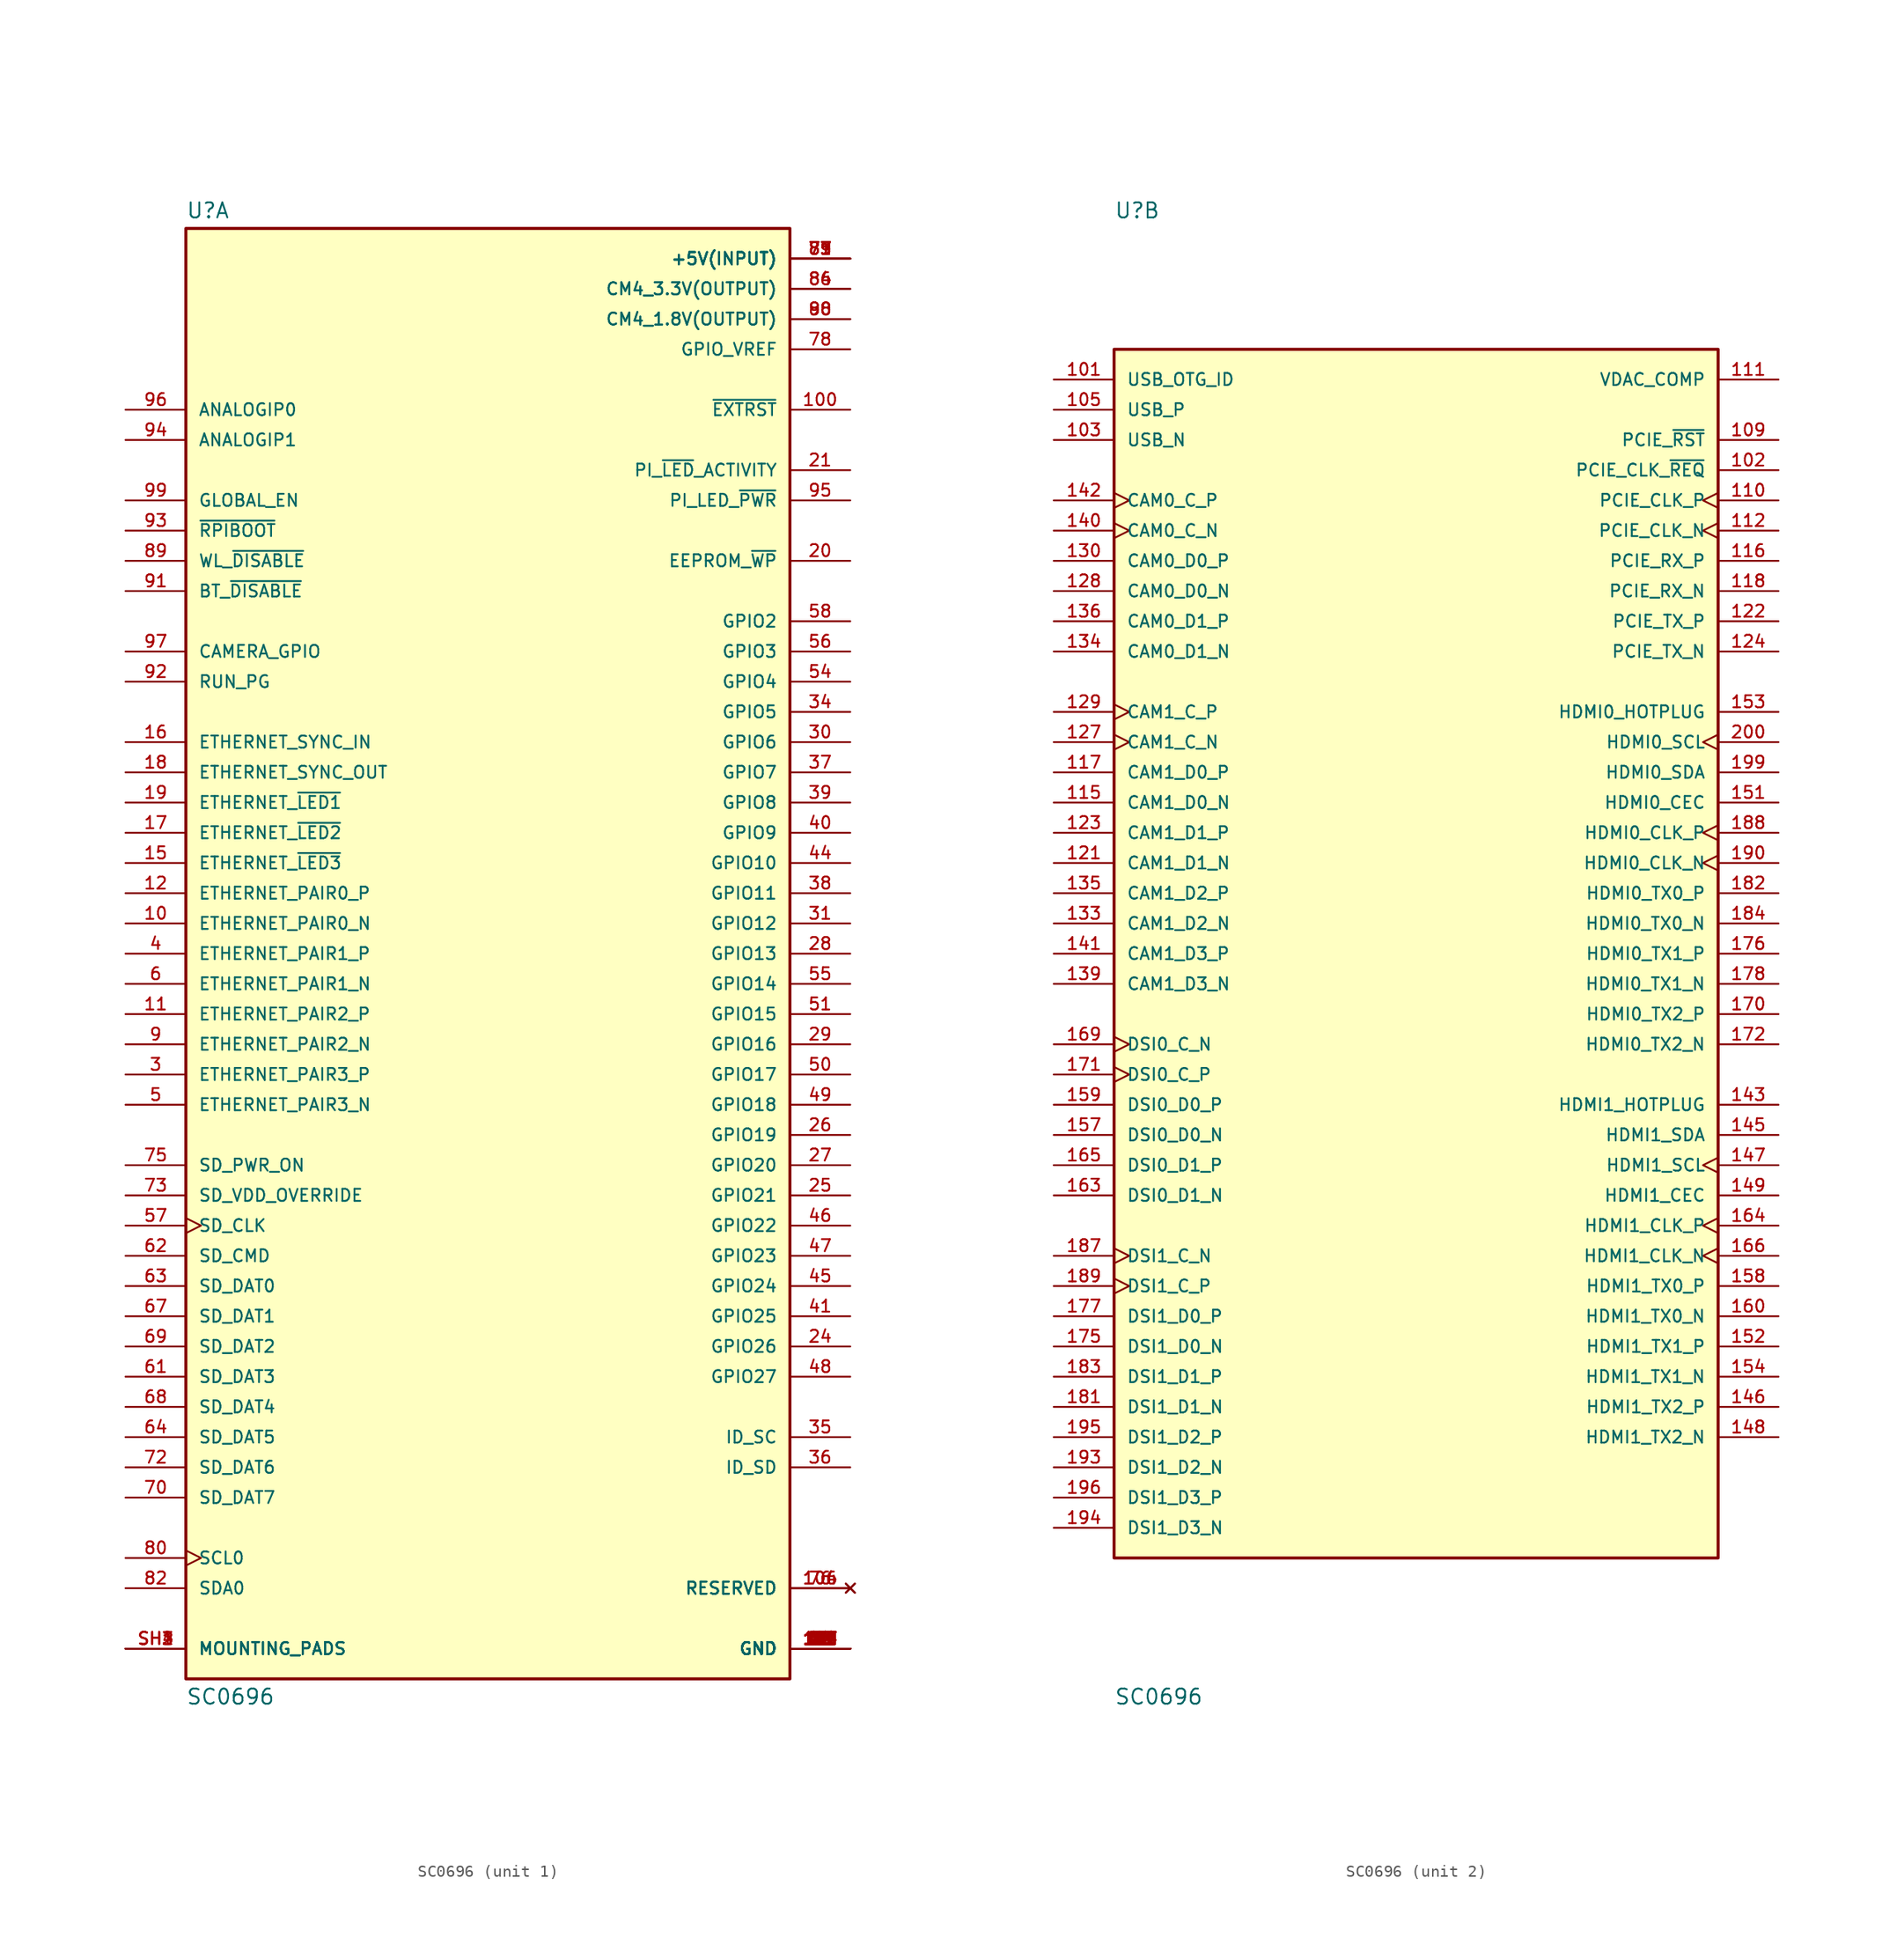
<source format=kicad_sym>
(kicad_symbol_lib
  (version 20211014)
  (generator kicad_symbol_editor)
  (symbol "SC0696"
    (pin_names
      (offset 1.016))
    (property "Reference" "U"
      (at -25.4 61.722 0)
      (effects (font (size 1.27 1.27)) (justify bottom left)))
    (property "Value" "SC0696"
      (at -25.4 -61.722 0)
      (effects (font (size 1.27 1.27)) (justify top left)))
    (symbol "SC0696_1_0"
      (rectangle (start -25.4 -60.96) (end 25.4 60.96) (stroke (width 0.254)) (fill (type background)))
      (pin power_in line (at 30.48 -58.42 180.0) (length 5.08) (name "GND" (effects (font (size 1.016 1.016)))) (number "1" (effects (font (size 1.016 1.016)))))
      (pin power_in line (at 30.48 -58.42 180.0) (length 5.08) (name "GND" (effects (font (size 1.016 1.016)))) (number "2" (effects (font (size 1.016 1.016)))))
      (pin power_in line (at 30.48 -58.42 180.0) (length 5.08) (name "GND" (effects (font (size 1.016 1.016)))) (number "7" (effects (font (size 1.016 1.016)))))
      (pin power_in line (at 30.48 -58.42 180.0) (length 5.08) (name "GND" (effects (font (size 1.016 1.016)))) (number "8" (effects (font (size 1.016 1.016)))))
      (pin power_in line (at 30.48 -58.42 180.0) (length 5.08) (name "GND" (effects (font (size 1.016 1.016)))) (number "13" (effects (font (size 1.016 1.016)))))
      (pin power_in line (at 30.48 -58.42 180.0) (length 5.08) (name "GND" (effects (font (size 1.016 1.016)))) (number "14" (effects (font (size 1.016 1.016)))))
      (pin power_in line (at 30.48 -58.42 180.0) (length 5.08) (name "GND" (effects (font (size 1.016 1.016)))) (number "22" (effects (font (size 1.016 1.016)))))
      (pin power_in line (at 30.48 -58.42 180.0) (length 5.08) (name "GND" (effects (font (size 1.016 1.016)))) (number "23" (effects (font (size 1.016 1.016)))))
      (pin power_in line (at 30.48 -58.42 180.0) (length 5.08) (name "GND" (effects (font (size 1.016 1.016)))) (number "32" (effects (font (size 1.016 1.016)))))
      (pin power_in line (at 30.48 -58.42 180.0) (length 5.08) (name "GND" (effects (font (size 1.016 1.016)))) (number "33" (effects (font (size 1.016 1.016)))))
      (pin power_in line (at 30.48 -58.42 180.0) (length 5.08) (name "GND" (effects (font (size 1.016 1.016)))) (number "42" (effects (font (size 1.016 1.016)))))
      (pin power_in line (at 30.48 -58.42 180.0) (length 5.08) (name "GND" (effects (font (size 1.016 1.016)))) (number "43" (effects (font (size 1.016 1.016)))))
      (pin power_in line (at 30.48 -58.42 180.0) (length 5.08) (name "GND" (effects (font (size 1.016 1.016)))) (number "52" (effects (font (size 1.016 1.016)))))
      (pin power_in line (at 30.48 -58.42 180.0) (length 5.08) (name "GND" (effects (font (size 1.016 1.016)))) (number "53" (effects (font (size 1.016 1.016)))))
      (pin power_in line (at 30.48 -58.42 180.0) (length 5.08) (name "GND" (effects (font (size 1.016 1.016)))) (number "59" (effects (font (size 1.016 1.016)))))
      (pin power_in line (at 30.48 -58.42 180.0) (length 5.08) (name "GND" (effects (font (size 1.016 1.016)))) (number "60" (effects (font (size 1.016 1.016)))))
      (pin power_in line (at 30.48 -58.42 180.0) (length 5.08) (name "GND" (effects (font (size 1.016 1.016)))) (number "65" (effects (font (size 1.016 1.016)))))
      (pin power_in line (at 30.48 -58.42 180.0) (length 5.08) (name "GND" (effects (font (size 1.016 1.016)))) (number "66" (effects (font (size 1.016 1.016)))))
      (pin power_in line (at 30.48 -58.42 180.0) (length 5.08) (name "GND" (effects (font (size 1.016 1.016)))) (number "71" (effects (font (size 1.016 1.016)))))
      (pin power_in line (at 30.48 -58.42 180.0) (length 5.08) (name "GND" (effects (font (size 1.016 1.016)))) (number "74" (effects (font (size 1.016 1.016)))))
      (pin power_in line (at 30.48 -58.42 180.0) (length 5.08) (name "GND" (effects (font (size 1.016 1.016)))) (number "98" (effects (font (size 1.016 1.016)))))
      (pin power_in line (at 30.48 -58.42 180.0) (length 5.08) (name "GND" (effects (font (size 1.016 1.016)))) (number "107" (effects (font (size 1.016 1.016)))))
      (pin power_in line (at 30.48 -58.42 180.0) (length 5.08) (name "GND" (effects (font (size 1.016 1.016)))) (number "108" (effects (font (size 1.016 1.016)))))
      (pin power_in line (at 30.48 -58.42 180.0) (length 5.08) (name "GND" (effects (font (size 1.016 1.016)))) (number "113" (effects (font (size 1.016 1.016)))))
      (pin power_in line (at 30.48 -58.42 180.0) (length 5.08) (name "GND" (effects (font (size 1.016 1.016)))) (number "114" (effects (font (size 1.016 1.016)))))
      (pin power_in line (at 30.48 -58.42 180.0) (length 5.08) (name "GND" (effects (font (size 1.016 1.016)))) (number "119" (effects (font (size 1.016 1.016)))))
      (pin power_in line (at 30.48 -58.42 180.0) (length 5.08) (name "GND" (effects (font (size 1.016 1.016)))) (number "120" (effects (font (size 1.016 1.016)))))
      (pin power_in line (at 30.48 -58.42 180.0) (length 5.08) (name "GND" (effects (font (size 1.016 1.016)))) (number "125" (effects (font (size 1.016 1.016)))))
      (pin power_in line (at 30.48 -58.42 180.0) (length 5.08) (name "GND" (effects (font (size 1.016 1.016)))) (number "126" (effects (font (size 1.016 1.016)))))
      (pin power_in line (at 30.48 -58.42 180.0) (length 5.08) (name "GND" (effects (font (size 1.016 1.016)))) (number "131" (effects (font (size 1.016 1.016)))))
      (pin power_in line (at 30.48 -58.42 180.0) (length 5.08) (name "GND" (effects (font (size 1.016 1.016)))) (number "132" (effects (font (size 1.016 1.016)))))
      (pin power_in line (at 30.48 -58.42 180.0) (length 5.08) (name "GND" (effects (font (size 1.016 1.016)))) (number "137" (effects (font (size 1.016 1.016)))))
      (pin power_in line (at 30.48 -58.42 180.0) (length 5.08) (name "GND" (effects (font (size 1.016 1.016)))) (number "138" (effects (font (size 1.016 1.016)))))
      (pin power_in line (at 30.48 -58.42 180.0) (length 5.08) (name "GND" (effects (font (size 1.016 1.016)))) (number "144" (effects (font (size 1.016 1.016)))))
      (pin power_in line (at 30.48 -58.42 180.0) (length 5.08) (name "GND" (effects (font (size 1.016 1.016)))) (number "150" (effects (font (size 1.016 1.016)))))
      (pin power_in line (at 30.48 -58.42 180.0) (length 5.08) (name "GND" (effects (font (size 1.016 1.016)))) (number "155" (effects (font (size 1.016 1.016)))))
      (pin power_in line (at 30.48 -58.42 180.0) (length 5.08) (name "GND" (effects (font (size 1.016 1.016)))) (number "156" (effects (font (size 1.016 1.016)))))
      (pin power_in line (at 30.48 -58.42 180.0) (length 5.08) (name "GND" (effects (font (size 1.016 1.016)))) (number "161" (effects (font (size 1.016 1.016)))))
      (pin power_in line (at 30.48 -58.42 180.0) (length 5.08) (name "GND" (effects (font (size 1.016 1.016)))) (number "162" (effects (font (size 1.016 1.016)))))
      (pin power_in line (at 30.48 -58.42 180.0) (length 5.08) (name "GND" (effects (font (size 1.016 1.016)))) (number "167" (effects (font (size 1.016 1.016)))))
      (pin power_in line (at 30.48 -58.42 180.0) (length 5.08) (name "GND" (effects (font (size 1.016 1.016)))) (number "168" (effects (font (size 1.016 1.016)))))
      (pin power_in line (at 30.48 -58.42 180.0) (length 5.08) (name "GND" (effects (font (size 1.016 1.016)))) (number "173" (effects (font (size 1.016 1.016)))))
      (pin power_in line (at 30.48 -58.42 180.0) (length 5.08) (name "GND" (effects (font (size 1.016 1.016)))) (number "174" (effects (font (size 1.016 1.016)))))
      (pin power_in line (at 30.48 -58.42 180.0) (length 5.08) (name "GND" (effects (font (size 1.016 1.016)))) (number "179" (effects (font (size 1.016 1.016)))))
      (pin power_in line (at 30.48 -58.42 180.0) (length 5.08) (name "GND" (effects (font (size 1.016 1.016)))) (number "180" (effects (font (size 1.016 1.016)))))
      (pin power_in line (at 30.48 -58.42 180.0) (length 5.08) (name "GND" (effects (font (size 1.016 1.016)))) (number "185" (effects (font (size 1.016 1.016)))))
      (pin power_in line (at 30.48 -58.42 180.0) (length 5.08) (name "GND" (effects (font (size 1.016 1.016)))) (number "186" (effects (font (size 1.016 1.016)))))
      (pin power_in line (at 30.48 -58.42 180.0) (length 5.08) (name "GND" (effects (font (size 1.016 1.016)))) (number "191" (effects (font (size 1.016 1.016)))))
      (pin power_in line (at 30.48 -58.42 180.0) (length 5.08) (name "GND" (effects (font (size 1.016 1.016)))) (number "192" (effects (font (size 1.016 1.016)))))
      (pin power_in line (at 30.48 -58.42 180.0) (length 5.08) (name "GND" (effects (font (size 1.016 1.016)))) (number "197" (effects (font (size 1.016 1.016)))))
      (pin power_in line (at 30.48 -58.42 180.0) (length 5.08) (name "GND" (effects (font (size 1.016 1.016)))) (number "198" (effects (font (size 1.016 1.016)))))
      (pin bidirectional line (at -30.48 -10.16 0) (length 5.08) (name "ETHERNET_PAIR3_P" (effects (font (size 1.016 1.016)))) (number "3" (effects (font (size 1.016 1.016)))))
      (pin bidirectional line (at -30.48 0.0 0) (length 5.08) (name "ETHERNET_PAIR1_P" (effects (font (size 1.016 1.016)))) (number "4" (effects (font (size 1.016 1.016)))))
      (pin bidirectional line (at -30.48 -12.7 0) (length 5.08) (name "ETHERNET_PAIR3_N" (effects (font (size 1.016 1.016)))) (number "5" (effects (font (size 1.016 1.016)))))
      (pin bidirectional line (at -30.48 -2.54 0) (length 5.08) (name "ETHERNET_PAIR1_N" (effects (font (size 1.016 1.016)))) (number "6" (effects (font (size 1.016 1.016)))))
      (pin bidirectional line (at -30.48 -7.62 0) (length 5.08) (name "ETHERNET_PAIR2_N" (effects (font (size 1.016 1.016)))) (number "9" (effects (font (size 1.016 1.016)))))
      (pin bidirectional line (at -30.48 2.54 0) (length 5.08) (name "ETHERNET_PAIR0_N" (effects (font (size 1.016 1.016)))) (number "10" (effects (font (size 1.016 1.016)))))
      (pin bidirectional line (at -30.48 -5.08 0) (length 5.08) (name "ETHERNET_PAIR2_P" (effects (font (size 1.016 1.016)))) (number "11" (effects (font (size 1.016 1.016)))))
      (pin bidirectional line (at -30.48 5.08 0) (length 5.08) (name "ETHERNET_PAIR0_P" (effects (font (size 1.016 1.016)))) (number "12" (effects (font (size 1.016 1.016)))))
      (pin output line (at -30.48 7.62 0) (length 5.08) (name "ETHERNET_~{LED3}" (effects (font (size 1.016 1.016)))) (number "15" (effects (font (size 1.016 1.016)))))
      (pin input line (at -30.48 17.78 0) (length 5.08) (name "ETHERNET_SYNC_IN" (effects (font (size 1.016 1.016)))) (number "16" (effects (font (size 1.016 1.016)))))
      (pin output line (at -30.48 10.16 0) (length 5.08) (name "ETHERNET_~{LED2}" (effects (font (size 1.016 1.016)))) (number "17" (effects (font (size 1.016 1.016)))))
      (pin output line (at -30.48 15.24 0) (length 5.08) (name "ETHERNET_SYNC_OUT" (effects (font (size 1.016 1.016)))) (number "18" (effects (font (size 1.016 1.016)))))
      (pin output line (at -30.48 12.7 0) (length 5.08) (name "ETHERNET_~{LED1}" (effects (font (size 1.016 1.016)))) (number "19" (effects (font (size 1.016 1.016)))))
      (pin bidirectional line (at 30.48 33.02 180.0) (length 5.08) (name "EEPROM_~{WP}" (effects (font (size 1.016 1.016)))) (number "20" (effects (font (size 1.016 1.016)))))
      (pin bidirectional line (at 30.48 40.64 180.0) (length 5.08) (name "PI_~{LED}_ACTIVITY" (effects (font (size 1.016 1.016)))) (number "21" (effects (font (size 1.016 1.016)))))
      (pin bidirectional line (at 30.48 -33.02 180.0) (length 5.08) (name "GPIO26" (effects (font (size 1.016 1.016)))) (number "24" (effects (font (size 1.016 1.016)))))
      (pin bidirectional line (at 30.48 -20.32 180.0) (length 5.08) (name "GPIO21" (effects (font (size 1.016 1.016)))) (number "25" (effects (font (size 1.016 1.016)))))
      (pin bidirectional line (at 30.48 -15.24 180.0) (length 5.08) (name "GPIO19" (effects (font (size 1.016 1.016)))) (number "26" (effects (font (size 1.016 1.016)))))
      (pin bidirectional line (at 30.48 -17.78 180.0) (length 5.08) (name "GPIO20" (effects (font (size 1.016 1.016)))) (number "27" (effects (font (size 1.016 1.016)))))
      (pin bidirectional line (at 30.48 0.0 180.0) (length 5.08) (name "GPIO13" (effects (font (size 1.016 1.016)))) (number "28" (effects (font (size 1.016 1.016)))))
      (pin bidirectional line (at 30.48 -7.62 180.0) (length 5.08) (name "GPIO16" (effects (font (size 1.016 1.016)))) (number "29" (effects (font (size 1.016 1.016)))))
      (pin bidirectional line (at 30.48 17.78 180.0) (length 5.08) (name "GPIO6" (effects (font (size 1.016 1.016)))) (number "30" (effects (font (size 1.016 1.016)))))
      (pin bidirectional line (at 30.48 2.54 180.0) (length 5.08) (name "GPIO12" (effects (font (size 1.016 1.016)))) (number "31" (effects (font (size 1.016 1.016)))))
      (pin bidirectional line (at 30.48 20.32 180.0) (length 5.08) (name "GPIO5" (effects (font (size 1.016 1.016)))) (number "34" (effects (font (size 1.016 1.016)))))
      (pin bidirectional line (at 30.48 -40.64 180.0) (length 5.08) (name "ID_SC" (effects (font (size 1.016 1.016)))) (number "35" (effects (font (size 1.016 1.016)))))
      (pin bidirectional line (at 30.48 -43.18 180.0) (length 5.08) (name "ID_SD" (effects (font (size 1.016 1.016)))) (number "36" (effects (font (size 1.016 1.016)))))
      (pin bidirectional line (at 30.48 15.24 180.0) (length 5.08) (name "GPIO7" (effects (font (size 1.016 1.016)))) (number "37" (effects (font (size 1.016 1.016)))))
      (pin bidirectional line (at 30.48 5.08 180.0) (length 5.08) (name "GPIO11" (effects (font (size 1.016 1.016)))) (number "38" (effects (font (size 1.016 1.016)))))
      (pin bidirectional line (at 30.48 12.7 180.0) (length 5.08) (name "GPIO8" (effects (font (size 1.016 1.016)))) (number "39" (effects (font (size 1.016 1.016)))))
      (pin bidirectional line (at 30.48 10.16 180.0) (length 5.08) (name "GPIO9" (effects (font (size 1.016 1.016)))) (number "40" (effects (font (size 1.016 1.016)))))
      (pin bidirectional line (at 30.48 -30.48 180.0) (length 5.08) (name "GPIO25" (effects (font (size 1.016 1.016)))) (number "41" (effects (font (size 1.016 1.016)))))
      (pin bidirectional line (at 30.48 7.62 180.0) (length 5.08) (name "GPIO10" (effects (font (size 1.016 1.016)))) (number "44" (effects (font (size 1.016 1.016)))))
      (pin bidirectional line (at 30.48 -27.94 180.0) (length 5.08) (name "GPIO24" (effects (font (size 1.016 1.016)))) (number "45" (effects (font (size 1.016 1.016)))))
      (pin bidirectional line (at 30.48 -25.4 180.0) (length 5.08) (name "GPIO23" (effects (font (size 1.016 1.016)))) (number "47" (effects (font (size 1.016 1.016)))))
      (pin bidirectional line (at 30.48 -22.86 180.0) (length 5.08) (name "GPIO22" (effects (font (size 1.016 1.016)))) (number "46" (effects (font (size 1.016 1.016)))))
      (pin bidirectional line (at 30.48 -35.56 180.0) (length 5.08) (name "GPIO27" (effects (font (size 1.016 1.016)))) (number "48" (effects (font (size 1.016 1.016)))))
      (pin bidirectional line (at 30.48 -12.7 180.0) (length 5.08) (name "GPIO18" (effects (font (size 1.016 1.016)))) (number "49" (effects (font (size 1.016 1.016)))))
      (pin bidirectional line (at 30.48 -10.16 180.0) (length 5.08) (name "GPIO17" (effects (font (size 1.016 1.016)))) (number "50" (effects (font (size 1.016 1.016)))))
      (pin bidirectional line (at 30.48 -5.08 180.0) (length 5.08) (name "GPIO15" (effects (font (size 1.016 1.016)))) (number "51" (effects (font (size 1.016 1.016)))))
      (pin bidirectional line (at 30.48 22.86 180.0) (length 5.08) (name "GPIO4" (effects (font (size 1.016 1.016)))) (number "54" (effects (font (size 1.016 1.016)))))
      (pin bidirectional line (at 30.48 -2.54 180.0) (length 5.08) (name "GPIO14" (effects (font (size 1.016 1.016)))) (number "55" (effects (font (size 1.016 1.016)))))
      (pin bidirectional line (at 30.48 25.4 180.0) (length 5.08) (name "GPIO3" (effects (font (size 1.016 1.016)))) (number "56" (effects (font (size 1.016 1.016)))))
      (pin bidirectional clock (at -30.48 -22.86 0) (length 5.08) (name "SD_CLK" (effects (font (size 1.016 1.016)))) (number "57" (effects (font (size 1.016 1.016)))))
      (pin bidirectional line (at -30.48 -35.56 0) (length 5.08) (name "SD_DAT3" (effects (font (size 1.016 1.016)))) (number "61" (effects (font (size 1.016 1.016)))))
      (pin input line (at -30.48 -25.4 0) (length 5.08) (name "SD_CMD" (effects (font (size 1.016 1.016)))) (number "62" (effects (font (size 1.016 1.016)))))
      (pin bidirectional line (at -30.48 -27.94 0) (length 5.08) (name "SD_DAT0" (effects (font (size 1.016 1.016)))) (number "63" (effects (font (size 1.016 1.016)))))
      (pin bidirectional line (at -30.48 -40.64 0) (length 5.08) (name "SD_DAT5" (effects (font (size 1.016 1.016)))) (number "64" (effects (font (size 1.016 1.016)))))
      (pin bidirectional line (at -30.48 -30.48 0) (length 5.08) (name "SD_DAT1" (effects (font (size 1.016 1.016)))) (number "67" (effects (font (size 1.016 1.016)))))
      (pin bidirectional line (at -30.48 -38.1 0) (length 5.08) (name "SD_DAT4" (effects (font (size 1.016 1.016)))) (number "68" (effects (font (size 1.016 1.016)))))
      (pin bidirectional line (at -30.48 -33.02 0) (length 5.08) (name "SD_DAT2" (effects (font (size 1.016 1.016)))) (number "69" (effects (font (size 1.016 1.016)))))
      (pin bidirectional line (at -30.48 -43.18 0) (length 5.08) (name "SD_DAT6" (effects (font (size 1.016 1.016)))) (number "72" (effects (font (size 1.016 1.016)))))
      (pin bidirectional line (at -30.48 -45.72 0) (length 5.08) (name "SD_DAT7" (effects (font (size 1.016 1.016)))) (number "70" (effects (font (size 1.016 1.016)))))
      (pin input line (at -30.48 -20.32 0) (length 5.08) (name "SD_VDD_OVERRIDE" (effects (font (size 1.016 1.016)))) (number "73" (effects (font (size 1.016 1.016)))))
      (pin output line (at -30.48 -17.78 0) (length 5.08) (name "SD_PWR_ON" (effects (font (size 1.016 1.016)))) (number "75" (effects (font (size 1.016 1.016)))))
      (pin no_connect line (at 30.48 -53.34 180.0) (length 5.08) (name "RESERVED" (effects (font (size 1.016 1.016)))) (number "76" (effects (font (size 1.016 1.016)))))
      (pin no_connect line (at 30.48 -53.34 180.0) (length 5.08) (name "RESERVED" (effects (font (size 1.016 1.016)))) (number "104" (effects (font (size 1.016 1.016)))))
      (pin no_connect line (at 30.48 -53.34 180.0) (length 5.08) (name "RESERVED" (effects (font (size 1.016 1.016)))) (number "106" (effects (font (size 1.016 1.016)))))
      (pin power_in line (at 30.48 58.42 180.0) (length 5.08) (name "+5V(INPUT)" (effects (font (size 1.016 1.016)))) (number "77" (effects (font (size 1.016 1.016)))))
      (pin power_in line (at 30.48 58.42 180.0) (length 5.08) (name "+5V(INPUT)" (effects (font (size 1.016 1.016)))) (number "79" (effects (font (size 1.016 1.016)))))
      (pin power_in line (at 30.48 58.42 180.0) (length 5.08) (name "+5V(INPUT)" (effects (font (size 1.016 1.016)))) (number "81" (effects (font (size 1.016 1.016)))))
      (pin power_in line (at 30.48 58.42 180.0) (length 5.08) (name "+5V(INPUT)" (effects (font (size 1.016 1.016)))) (number "83" (effects (font (size 1.016 1.016)))))
      (pin power_in line (at 30.48 58.42 180.0) (length 5.08) (name "+5V(INPUT)" (effects (font (size 1.016 1.016)))) (number "85" (effects (font (size 1.016 1.016)))))
      (pin power_in line (at 30.48 58.42 180.0) (length 5.08) (name "+5V(INPUT)" (effects (font (size 1.016 1.016)))) (number "87" (effects (font (size 1.016 1.016)))))
      (pin input clock (at -30.48 -50.8 0) (length 5.08) (name "SCL0" (effects (font (size 1.016 1.016)))) (number "80" (effects (font (size 1.016 1.016)))))
      (pin bidirectional line (at -30.48 -53.34 0) (length 5.08) (name "SDA0" (effects (font (size 1.016 1.016)))) (number "82" (effects (font (size 1.016 1.016)))))
      (pin power_in line (at 30.48 55.88 180.0) (length 5.08) (name "CM4_3.3V(OUTPUT)" (effects (font (size 1.016 1.016)))) (number "84" (effects (font (size 1.016 1.016)))))
      (pin power_in line (at 30.48 55.88 180.0) (length 5.08) (name "CM4_3.3V(OUTPUT)" (effects (font (size 1.016 1.016)))) (number "86" (effects (font (size 1.016 1.016)))))
      (pin power_in line (at 30.48 53.34 180.0) (length 5.08) (name "CM4_1.8V(OUTPUT)" (effects (font (size 1.016 1.016)))) (number "88" (effects (font (size 1.016 1.016)))))
      (pin power_in line (at 30.48 53.34 180.0) (length 5.08) (name "CM4_1.8V(OUTPUT)" (effects (font (size 1.016 1.016)))) (number "90" (effects (font (size 1.016 1.016)))))
      (pin input line (at -30.48 33.02 0) (length 5.08) (name "WL_~{DISABLE}" (effects (font (size 1.016 1.016)))) (number "89" (effects (font (size 1.016 1.016)))))
      (pin input line (at -30.48 30.48 0) (length 5.08) (name "BT_~{DISABLE}" (effects (font (size 1.016 1.016)))) (number "91" (effects (font (size 1.016 1.016)))))
      (pin bidirectional line (at -30.48 22.86 0) (length 5.08) (name "RUN_PG" (effects (font (size 1.016 1.016)))) (number "92" (effects (font (size 1.016 1.016)))))
      (pin input line (at -30.48 35.56 0) (length 5.08) (name "~{RPIBOOT}" (effects (font (size 1.016 1.016)))) (number "93" (effects (font (size 1.016 1.016)))))
      (pin input line (at -30.48 43.18 0) (length 5.08) (name "ANALOGIP1" (effects (font (size 1.016 1.016)))) (number "94" (effects (font (size 1.016 1.016)))))
      (pin output line (at 30.48 38.1 180.0) (length 5.08) (name "PI_LED_~{PWR}" (effects (font (size 1.016 1.016)))) (number "95" (effects (font (size 1.016 1.016)))))
      (pin input line (at -30.48 45.72 0) (length 5.08) (name "ANALOGIP0" (effects (font (size 1.016 1.016)))) (number "96" (effects (font (size 1.016 1.016)))))
      (pin bidirectional line (at -30.48 25.4 0) (length 5.08) (name "CAMERA_GPIO" (effects (font (size 1.016 1.016)))) (number "97" (effects (font (size 1.016 1.016)))))
      (pin input line (at -30.48 38.1 0) (length 5.08) (name "GLOBAL_EN" (effects (font (size 1.016 1.016)))) (number "99" (effects (font (size 1.016 1.016)))))
      (pin output line (at 30.48 45.72 180.0) (length 5.08) (name "~{EXTRST}" (effects (font (size 1.016 1.016)))) (number "100" (effects (font (size 1.016 1.016)))))
      (pin bidirectional line (at 30.48 27.94 180.0) (length 5.08) (name "GPIO2" (effects (font (size 1.016 1.016)))) (number "58" (effects (font (size 1.016 1.016)))))
      (pin power_in line (at 30.48 50.8 180.0) (length 5.08) (name "GPIO_VREF" (effects (font (size 1.016 1.016)))) (number "78" (effects (font (size 1.016 1.016)))))
      (pin passive line (at -30.48 -58.42 0) (length 5.08) (name "MOUNTING_PADS" (effects (font (size 1.016 1.016)))) (number "SH1" (effects (font (size 1.016 1.016)))))
      (pin passive line (at -30.48 -58.42 0) (length 5.08) (name "MOUNTING_PADS" (effects (font (size 1.016 1.016)))) (number "SH2" (effects (font (size 1.016 1.016)))))
      (pin passive line (at -30.48 -58.42 0) (length 5.08) (name "MOUNTING_PADS" (effects (font (size 1.016 1.016)))) (number "SH3" (effects (font (size 1.016 1.016)))))
      (pin passive line (at -30.48 -58.42 0) (length 5.08) (name "MOUNTING_PADS" (effects (font (size 1.016 1.016)))) (number "SH4" (effects (font (size 1.016 1.016))))))
    (symbol "SC0696_2_0"
      (rectangle (start -25.4 -50.8) (end 25.4 50.8) (stroke (width 0.254)) (fill (type background)))
      (pin input line (at -30.48 48.26 0) (length 5.08) (name "USB_OTG_ID" (effects (font (size 1.016 1.016)))) (number "101" (effects (font (size 1.016 1.016)))))
      (pin input line (at 30.48 40.64 180.0) (length 5.08) (name "PCIE_CLK_~{REQ}" (effects (font (size 1.016 1.016)))) (number "102" (effects (font (size 1.016 1.016)))))
      (pin bidirectional line (at -30.48 43.18 0) (length 5.08) (name "USB_N" (effects (font (size 1.016 1.016)))) (number "103" (effects (font (size 1.016 1.016)))))
      (pin bidirectional line (at -30.48 45.72 0) (length 5.08) (name "USB_P" (effects (font (size 1.016 1.016)))) (number "105" (effects (font (size 1.016 1.016)))))
      (pin output line (at 30.48 43.18 180.0) (length 5.08) (name "PCIE_~{RST}" (effects (font (size 1.016 1.016)))) (number "109" (effects (font (size 1.016 1.016)))))
      (pin output clock (at 30.48 38.1 180.0) (length 5.08) (name "PCIE_CLK_P" (effects (font (size 1.016 1.016)))) (number "110" (effects (font (size 1.016 1.016)))))
      (pin output line (at 30.48 48.26 180.0) (length 5.08) (name "VDAC_COMP" (effects (font (size 1.016 1.016)))) (number "111" (effects (font (size 1.016 1.016)))))
      (pin output clock (at 30.48 35.56 180.0) (length 5.08) (name "PCIE_CLK_N" (effects (font (size 1.016 1.016)))) (number "112" (effects (font (size 1.016 1.016)))))
      (pin input line (at -30.48 12.7 0) (length 5.08) (name "CAM1_D0_N" (effects (font (size 1.016 1.016)))) (number "115" (effects (font (size 1.016 1.016)))))
      (pin input line (at 30.48 33.02 180.0) (length 5.08) (name "PCIE_RX_P" (effects (font (size 1.016 1.016)))) (number "116" (effects (font (size 1.016 1.016)))))
      (pin input line (at -30.48 15.24 0) (length 5.08) (name "CAM1_D0_P" (effects (font (size 1.016 1.016)))) (number "117" (effects (font (size 1.016 1.016)))))
      (pin input line (at 30.48 30.48 180.0) (length 5.08) (name "PCIE_RX_N" (effects (font (size 1.016 1.016)))) (number "118" (effects (font (size 1.016 1.016)))))
      (pin input line (at -30.48 10.16 0) (length 5.08) (name "CAM1_D1_P" (effects (font (size 1.016 1.016)))) (number "123" (effects (font (size 1.016 1.016)))))
      (pin output line (at 30.48 25.4 180.0) (length 5.08) (name "PCIE_TX_N" (effects (font (size 1.016 1.016)))) (number "124" (effects (font (size 1.016 1.016)))))
      (pin input clock (at -30.48 17.78 0) (length 5.08) (name "CAM1_C_N" (effects (font (size 1.016 1.016)))) (number "127" (effects (font (size 1.016 1.016)))))
      (pin input line (at -30.48 30.48 0) (length 5.08) (name "CAM0_D0_N" (effects (font (size 1.016 1.016)))) (number "128" (effects (font (size 1.016 1.016)))))
      (pin input clock (at -30.48 20.32 0) (length 5.08) (name "CAM1_C_P" (effects (font (size 1.016 1.016)))) (number "129" (effects (font (size 1.016 1.016)))))
      (pin input line (at -30.48 33.02 0) (length 5.08) (name "CAM0_D0_P" (effects (font (size 1.016 1.016)))) (number "130" (effects (font (size 1.016 1.016)))))
      (pin input line (at -30.48 2.54 0) (length 5.08) (name "CAM1_D2_N" (effects (font (size 1.016 1.016)))) (number "133" (effects (font (size 1.016 1.016)))))
      (pin input line (at -30.48 25.4 0) (length 5.08) (name "CAM0_D1_N" (effects (font (size 1.016 1.016)))) (number "134" (effects (font (size 1.016 1.016)))))
      (pin input line (at -30.48 5.08 0) (length 5.08) (name "CAM1_D2_P" (effects (font (size 1.016 1.016)))) (number "135" (effects (font (size 1.016 1.016)))))
      (pin input line (at -30.48 27.94 0) (length 5.08) (name "CAM0_D1_P" (effects (font (size 1.016 1.016)))) (number "136" (effects (font (size 1.016 1.016)))))
      (pin input line (at -30.48 -2.54 0) (length 5.08) (name "CAM1_D3_N" (effects (font (size 1.016 1.016)))) (number "139" (effects (font (size 1.016 1.016)))))
      (pin input clock (at -30.48 35.56 0) (length 5.08) (name "CAM0_C_N" (effects (font (size 1.016 1.016)))) (number "140" (effects (font (size 1.016 1.016)))))
      (pin input line (at -30.48 0.0 0) (length 5.08) (name "CAM1_D3_P" (effects (font (size 1.016 1.016)))) (number "141" (effects (font (size 1.016 1.016)))))
      (pin input clock (at -30.48 38.1 0) (length 5.08) (name "CAM0_C_P" (effects (font (size 1.016 1.016)))) (number "142" (effects (font (size 1.016 1.016)))))
      (pin input line (at 30.48 -12.7 180.0) (length 5.08) (name "HDMI1_HOTPLUG" (effects (font (size 1.016 1.016)))) (number "143" (effects (font (size 1.016 1.016)))))
      (pin bidirectional line (at 30.48 -15.24 180.0) (length 5.08) (name "HDMI1_SDA" (effects (font (size 1.016 1.016)))) (number "145" (effects (font (size 1.016 1.016)))))
      (pin output line (at 30.48 -38.1 180.0) (length 5.08) (name "HDMI1_TX2_P" (effects (font (size 1.016 1.016)))) (number "146" (effects (font (size 1.016 1.016)))))
      (pin bidirectional clock (at 30.48 -17.78 180.0) (length 5.08) (name "HDMI1_SCL" (effects (font (size 1.016 1.016)))) (number "147" (effects (font (size 1.016 1.016)))))
      (pin output line (at 30.48 -40.64 180.0) (length 5.08) (name "HDMI1_TX2_N" (effects (font (size 1.016 1.016)))) (number "148" (effects (font (size 1.016 1.016)))))
      (pin input line (at 30.48 -20.32 180.0) (length 5.08) (name "HDMI1_CEC" (effects (font (size 1.016 1.016)))) (number "149" (effects (font (size 1.016 1.016)))))
      (pin input line (at 30.48 12.7 180.0) (length 5.08) (name "HDMI0_CEC" (effects (font (size 1.016 1.016)))) (number "151" (effects (font (size 1.016 1.016)))))
      (pin output line (at 30.48 -33.02 180.0) (length 5.08) (name "HDMI1_TX1_P" (effects (font (size 1.016 1.016)))) (number "152" (effects (font (size 1.016 1.016)))))
      (pin input line (at 30.48 20.32 180.0) (length 5.08) (name "HDMI0_HOTPLUG" (effects (font (size 1.016 1.016)))) (number "153" (effects (font (size 1.016 1.016)))))
      (pin output line (at 30.48 -35.56 180.0) (length 5.08) (name "HDMI1_TX1_N" (effects (font (size 1.016 1.016)))) (number "154" (effects (font (size 1.016 1.016)))))
      (pin output line (at -30.48 -15.24 0) (length 5.08) (name "DSI0_D0_N" (effects (font (size 1.016 1.016)))) (number "157" (effects (font (size 1.016 1.016)))))
      (pin output line (at 30.48 -27.94 180.0) (length 5.08) (name "HDMI1_TX0_P" (effects (font (size 1.016 1.016)))) (number "158" (effects (font (size 1.016 1.016)))))
      (pin output line (at -30.48 -12.7 0) (length 5.08) (name "DSI0_D0_P" (effects (font (size 1.016 1.016)))) (number "159" (effects (font (size 1.016 1.016)))))
      (pin output line (at 30.48 -30.48 180.0) (length 5.08) (name "HDMI1_TX0_N" (effects (font (size 1.016 1.016)))) (number "160" (effects (font (size 1.016 1.016)))))
      (pin output line (at -30.48 -20.32 0) (length 5.08) (name "DSI0_D1_N" (effects (font (size 1.016 1.016)))) (number "163" (effects (font (size 1.016 1.016)))))
      (pin output clock (at 30.48 -22.86 180.0) (length 5.08) (name "HDMI1_CLK_P" (effects (font (size 1.016 1.016)))) (number "164" (effects (font (size 1.016 1.016)))))
      (pin output line (at -30.48 -17.78 0) (length 5.08) (name "DSI0_D1_P" (effects (font (size 1.016 1.016)))) (number "165" (effects (font (size 1.016 1.016)))))
      (pin output clock (at 30.48 -25.4 180.0) (length 5.08) (name "HDMI1_CLK_N" (effects (font (size 1.016 1.016)))) (number "166" (effects (font (size 1.016 1.016)))))
      (pin output clock (at -30.48 -7.62 0) (length 5.08) (name "DSI0_C_N" (effects (font (size 1.016 1.016)))) (number "169" (effects (font (size 1.016 1.016)))))
      (pin output line (at 30.48 -5.08 180.0) (length 5.08) (name "HDMI0_TX2_P" (effects (font (size 1.016 1.016)))) (number "170" (effects (font (size 1.016 1.016)))))
      (pin output clock (at -30.48 -10.16 0) (length 5.08) (name "DSI0_C_P" (effects (font (size 1.016 1.016)))) (number "171" (effects (font (size 1.016 1.016)))))
      (pin output line (at 30.48 -7.62 180.0) (length 5.08) (name "HDMI0_TX2_N" (effects (font (size 1.016 1.016)))) (number "172" (effects (font (size 1.016 1.016)))))
      (pin output line (at -30.48 -30.48 0) (length 5.08) (name "DSI1_D0_P" (effects (font (size 1.016 1.016)))) (number "177" (effects (font (size 1.016 1.016)))))
      (pin output line (at 30.48 -2.54 180.0) (length 5.08) (name "HDMI0_TX1_N" (effects (font (size 1.016 1.016)))) (number "178" (effects (font (size 1.016 1.016)))))
      (pin output line (at -30.48 -38.1 0) (length 5.08) (name "DSI1_D1_N" (effects (font (size 1.016 1.016)))) (number "181" (effects (font (size 1.016 1.016)))))
      (pin output line (at 30.48 5.08 180.0) (length 5.08) (name "HDMI0_TX0_P" (effects (font (size 1.016 1.016)))) (number "182" (effects (font (size 1.016 1.016)))))
      (pin output line (at -30.48 -35.56 0) (length 5.08) (name "DSI1_D1_P" (effects (font (size 1.016 1.016)))) (number "183" (effects (font (size 1.016 1.016)))))
      (pin output line (at 30.48 2.54 180.0) (length 5.08) (name "HDMI0_TX0_N" (effects (font (size 1.016 1.016)))) (number "184" (effects (font (size 1.016 1.016)))))
      (pin output clock (at -30.48 -25.4 0) (length 5.08) (name "DSI1_C_N" (effects (font (size 1.016 1.016)))) (number "187" (effects (font (size 1.016 1.016)))))
      (pin output clock (at 30.48 7.62 180.0) (length 5.08) (name "HDMI0_CLK_N" (effects (font (size 1.016 1.016)))) (number "190" (effects (font (size 1.016 1.016)))))
      (pin output line (at -30.48 -43.18 0) (length 5.08) (name "DSI1_D2_N" (effects (font (size 1.016 1.016)))) (number "193" (effects (font (size 1.016 1.016)))))
      (pin output line (at -30.48 -48.26 0) (length 5.08) (name "DSI1_D3_N" (effects (font (size 1.016 1.016)))) (number "194" (effects (font (size 1.016 1.016)))))
      (pin output line (at -30.48 -40.64 0) (length 5.08) (name "DSI1_D2_P" (effects (font (size 1.016 1.016)))) (number "195" (effects (font (size 1.016 1.016)))))
      (pin output line (at -30.48 -45.72 0) (length 5.08) (name "DSI1_D3_P" (effects (font (size 1.016 1.016)))) (number "196" (effects (font (size 1.016 1.016)))))
      (pin bidirectional line (at 30.48 15.24 180.0) (length 5.08) (name "HDMI0_SDA" (effects (font (size 1.016 1.016)))) (number "199" (effects (font (size 1.016 1.016)))))
      (pin bidirectional clock (at 30.48 17.78 180.0) (length 5.08) (name "HDMI0_SCL" (effects (font (size 1.016 1.016)))) (number "200" (effects (font (size 1.016 1.016)))))
      (pin input line (at -30.48 7.62 0) (length 5.08) (name "CAM1_D1_N" (effects (font (size 1.016 1.016)))) (number "121" (effects (font (size 1.016 1.016)))))
      (pin output clock (at 30.48 10.16 180.0) (length 5.08) (name "HDMI0_CLK_P" (effects (font (size 1.016 1.016)))) (number "188" (effects (font (size 1.016 1.016)))))
      (pin output line (at 30.48 0.0 180.0) (length 5.08) (name "HDMI0_TX1_P" (effects (font (size 1.016 1.016)))) (number "176" (effects (font (size 1.016 1.016)))))
      (pin output clock (at -30.48 -27.94 0) (length 5.08) (name "DSI1_C_P" (effects (font (size 1.016 1.016)))) (number "189" (effects (font (size 1.016 1.016)))))
      (pin output line (at -30.48 -33.02 0) (length 5.08) (name "DSI1_D0_N" (effects (font (size 1.016 1.016)))) (number "175" (effects (font (size 1.016 1.016)))))
      (pin output line (at 30.48 27.94 180.0) (length 5.08) (name "PCIE_TX_P" (effects (font (size 1.016 1.016)))) (number "122" (effects (font (size 1.016 1.016))))))))
</source>
